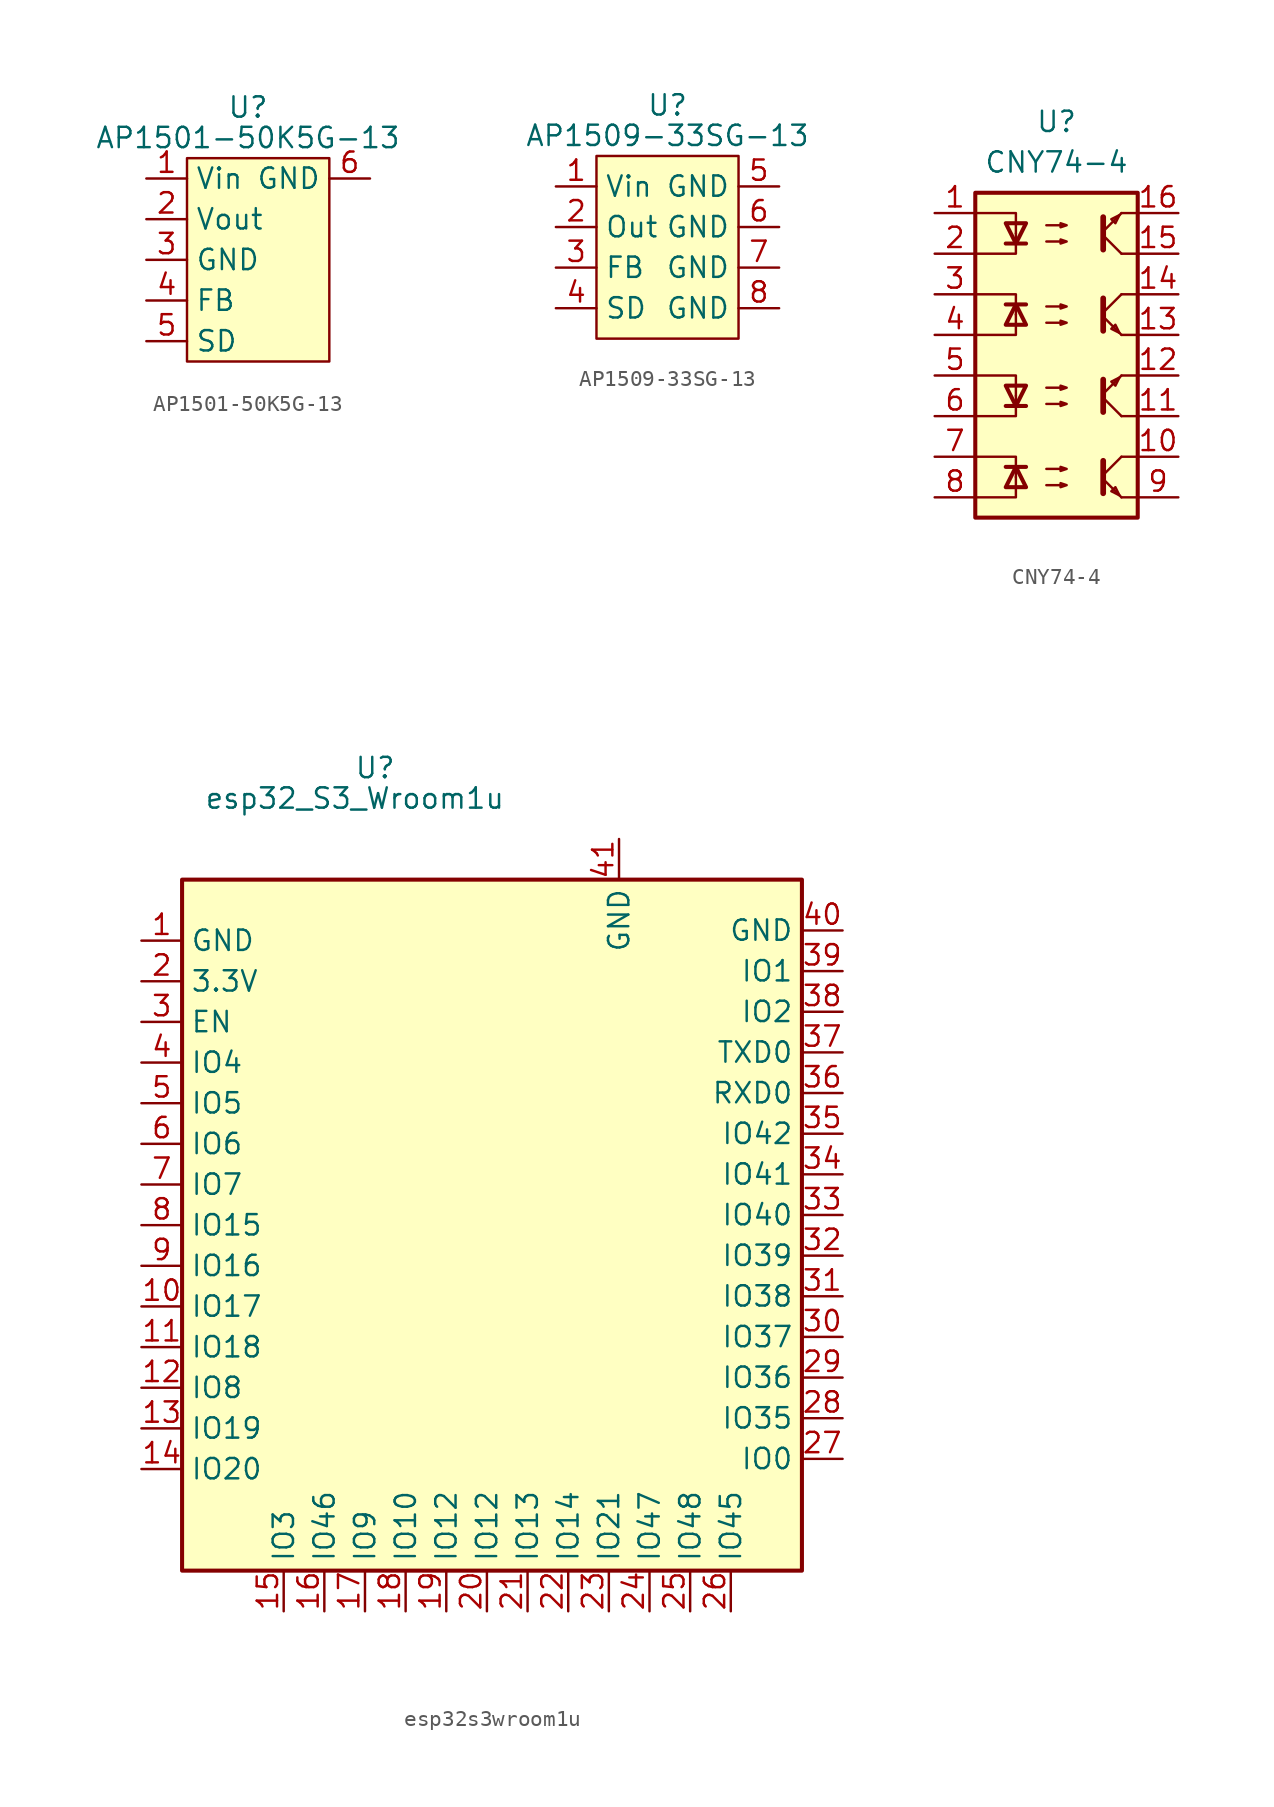
<source format=kicad_sym>
(kicad_symbol_lib
  (version 20231120)
  (generator "kicad_symbol_editor")
  (generator_version "8.0")
  (symbol "AP1501-50K5G-13"
    (property "Reference" "U"
      (at 0 5.08 0)
      (effects (font (size 1.27 1.27))))
    (property "Value" "AP1501-50K5G-13"
      (at 0 3.175 0)
      (effects (font (size 1.27 1.27))))
    (symbol "AP1501-50K5G-13_1_1"
      (rectangle (start -3.81 1.905) (end 5.08 -10.795) (stroke (width 0) (type default)) (fill (type background)))
      (pin input line (at -6.35 0.635 0) (length 2.54) (name "Vin" (effects (font (size 1.27 1.27)))) (number "1" (effects (font (size 1.27 1.27)))))
      (pin input line (at -6.35 -1.905 0) (length 2.54) (name "Vout" (effects (font (size 1.27 1.27)))) (number "2" (effects (font (size 1.27 1.27)))))
      (pin input line (at -6.35 -4.445 0) (length 2.54) (name "GND" (effects (font (size 1.27 1.27)))) (number "3" (effects (font (size 1.27 1.27)))))
      (pin input line (at -6.35 -6.985 0) (length 2.54) (name "FB" (effects (font (size 1.27 1.27)))) (number "4" (effects (font (size 1.27 1.27)))))
      (pin input line (at -6.35 -9.525 0) (length 2.54) (name "SD" (effects (font (size 1.27 1.27)))) (number "5" (effects (font (size 1.27 1.27)))))
      (pin input line (at 7.62 0.635 180) (length 2.54) (name "GND" (effects (font (size 1.27 1.27)))) (number "6" (effects (font (size 1.27 1.27)))))))
  (symbol "AP1509-33SG-13"
    (property "Reference" "U"
      (at 0 1.27 0)
      (effects (font (size 1.27 1.27))))
    (property "Value" "AP1509-33SG-13"
      (at 0 -0.635 0)
      (effects (font (size 1.27 1.27))))
    (symbol "AP1509-33SG-13_1_1"
      (rectangle (start -4.445 -1.905) (end 4.445 -13.335) (stroke (width 0) (type default)) (fill (type background)))
      (pin input line (at -6.985 -3.81 0) (length 2.54) (name "Vin" (effects (font (size 1.27 1.27)))) (number "1" (effects (font (size 1.27 1.27)))))
      (pin input line (at -6.985 -6.35 0) (length 2.54) (name "Out" (effects (font (size 1.27 1.27)))) (number "2" (effects (font (size 1.27 1.27)))))
      (pin input line (at -6.985 -8.89 0) (length 2.54) (name "FB" (effects (font (size 1.27 1.27)))) (number "3" (effects (font (size 1.27 1.27)))))
      (pin input line (at -6.985 -11.43 0) (length 2.54) (name "SD" (effects (font (size 1.27 1.27)))) (number "4" (effects (font (size 1.27 1.27)))))
      (pin input line (at 6.985 -3.81 180) (length 2.54) (name "GND" (effects (font (size 1.27 1.27)))) (number "5" (effects (font (size 1.27 1.27)))))
      (pin input line (at 6.985 -6.35 180) (length 2.54) (name "GND" (effects (font (size 1.27 1.27)))) (number "6" (effects (font (size 1.27 1.27)))))
      (pin input line (at 6.985 -8.89 180) (length 2.54) (name "GND" (effects (font (size 1.27 1.27)))) (number "7" (effects (font (size 1.27 1.27)))))
      (pin input line (at 6.985 -11.43 180) (length 2.54) (name "GND" (effects (font (size 1.27 1.27)))) (number "8" (effects (font (size 1.27 1.27)))))))
  (symbol "CNY74-4"
    (property "Reference" "U"
      (at 0 13.335 0)
      (effects (font (size 1.27 1.27))))
    (property "Value" "CNY74-4"
      (at 0 10.795 0)
      (effects (font (size 1.27 1.27))))
    (symbol "CNY74-4_0_1"
      (rectangle (start -5.08 8.89) (end 5.08 -11.43) (stroke (width 0.254) (type default)) (fill (type background)))
      (polyline (pts (xy -3.175 -8.255) (xy -1.905 -8.255)) (stroke (width 0.254) (type default)) (fill (type none)))
      (polyline (pts (xy -3.175 -4.445) (xy -1.905 -4.445)) (stroke (width 0.254) (type default)) (fill (type none)))
      (polyline (pts (xy -3.175 1.905) (xy -1.905 1.905)) (stroke (width 0.254) (type default)) (fill (type none)))
      (polyline (pts (xy -3.175 5.715) (xy -1.905 5.715)) (stroke (width 0.254) (type default)) (fill (type none)))
      (polyline (pts (xy 2.921 -9.017) (xy 4.064 -10.16)) (stroke (width 0) (type default)) (fill (type none)))
      (polyline (pts (xy 2.921 -8.763) (xy 4.064 -7.62)) (stroke (width 0) (type default)) (fill (type none)))
      (polyline (pts (xy 2.921 -3.937) (xy 4.064 -5.08)) (stroke (width 0) (type default)) (fill (type none)))
      (polyline (pts (xy 2.921 -3.683) (xy 4.064 -2.54)) (stroke (width 0) (type default)) (fill (type none)))
      (polyline (pts (xy 2.921 1.143) (xy 4.064 0)) (stroke (width 0) (type default)) (fill (type none)))
      (polyline (pts (xy 2.921 1.397) (xy 4.064 2.54)) (stroke (width 0) (type default)) (fill (type none)))
      (polyline (pts (xy 2.921 6.223) (xy 4.064 5.08)) (stroke (width 0) (type default)) (fill (type none)))
      (polyline (pts (xy 2.921 6.477) (xy 4.064 7.62)) (stroke (width 0) (type default)) (fill (type none)))
      (polyline (pts (xy 4.064 -10.16) (xy 5.08 -10.16)) (stroke (width 0) (type default)) (fill (type none)))
      (polyline (pts (xy 4.064 -5.08) (xy 5.08 -5.08)) (stroke (width 0) (type default)) (fill (type none)))
      (polyline (pts (xy 4.064 0) (xy 5.08 0)) (stroke (width 0) (type default)) (fill (type none)))
      (polyline (pts (xy 4.064 5.08) (xy 5.08 5.08)) (stroke (width 0) (type default)) (fill (type none)))
      (polyline (pts (xy 5.08 -7.62) (xy 4.064 -7.62)) (stroke (width 0) (type default)) (fill (type none)))
      (polyline (pts (xy 5.08 -2.54) (xy 4.064 -2.54)) (stroke (width 0) (type default)) (fill (type none)))
      (polyline (pts (xy 5.08 2.54) (xy 4.064 2.54)) (stroke (width 0) (type default)) (fill (type none)))
      (polyline (pts (xy 5.08 7.62) (xy 4.064 7.62)) (stroke (width 0) (type default)) (fill (type none)))
      (polyline (pts (xy 2.921 -7.874) (xy 2.921 -9.906) (xy 2.921 -9.906)) (stroke (width 0.356) (type default)) (fill (type none)))
      (polyline (pts (xy 2.921 -4.826) (xy 2.921 -2.794) (xy 2.921 -2.794)) (stroke (width 0.356) (type default)) (fill (type none)))
      (polyline (pts (xy 2.921 2.286) (xy 2.921 0.254) (xy 2.921 0.254)) (stroke (width 0.356) (type default)) (fill (type none)))
      (polyline (pts (xy 2.921 5.334) (xy 2.921 7.366) (xy 2.921 7.366)) (stroke (width 0.356) (type default)) (fill (type none)))
      (polyline (pts (xy -2.54 -8.255) (xy -3.175 -9.525) (xy -1.905 -9.525) (xy -2.54 -8.255)) (stroke (width 0.254) (type default)) (fill (type none)))
      (polyline (pts (xy -2.54 -4.445) (xy -3.175 -3.175) (xy -1.905 -3.175) (xy -2.54 -4.445)) (stroke (width 0.254) (type default)) (fill (type none)))
      (polyline (pts (xy -2.54 1.905) (xy -3.175 0.635) (xy -1.905 0.635) (xy -2.54 1.905)) (stroke (width 0.254) (type default)) (fill (type none)))
      (polyline (pts (xy -2.54 5.715) (xy -3.175 6.985) (xy -1.905 6.985) (xy -2.54 5.715)) (stroke (width 0.254) (type default)) (fill (type none)))
      (polyline (pts (xy 3.937 -10.033) (xy 3.683 -9.525) (xy 3.429 -9.779) (xy 3.937 -10.033)) (stroke (width 0) (type default)) (fill (type none)))
      (polyline (pts (xy 3.937 -2.667) (xy 3.683 -3.175) (xy 3.429 -2.921) (xy 3.937 -2.667)) (stroke (width 0) (type default)) (fill (type none)))
      (polyline (pts (xy 3.937 0.127) (xy 3.683 0.635) (xy 3.429 0.381) (xy 3.937 0.127)) (stroke (width 0) (type default)) (fill (type none)))
      (polyline (pts (xy 3.937 7.493) (xy 3.683 6.985) (xy 3.429 7.239) (xy 3.937 7.493)) (stroke (width 0) (type default)) (fill (type none)))
      (polyline (pts (xy -0.635 -9.398) (xy 0.635 -9.398) (xy 0.254 -9.525) (xy 0.254 -9.271) (xy 0.635 -9.398)) (stroke (width 0) (type default)) (fill (type none)))
      (polyline (pts (xy -0.635 -8.382) (xy 0.635 -8.382) (xy 0.254 -8.509) (xy 0.254 -8.255) (xy 0.635 -8.382)) (stroke (width 0) (type default)) (fill (type none)))
      (polyline (pts (xy -0.635 -4.318) (xy 0.635 -4.318) (xy 0.254 -4.445) (xy 0.254 -4.191) (xy 0.635 -4.318)) (stroke (width 0) (type default)) (fill (type none)))
      (polyline (pts (xy -0.635 -3.302) (xy 0.635 -3.302) (xy 0.254 -3.429) (xy 0.254 -3.175) (xy 0.635 -3.302)) (stroke (width 0) (type default)) (fill (type none)))
      (polyline (pts (xy -0.635 0.762) (xy 0.635 0.762) (xy 0.254 0.635) (xy 0.254 0.889) (xy 0.635 0.762)) (stroke (width 0) (type default)) (fill (type none)))
      (polyline (pts (xy -0.635 1.778) (xy 0.635 1.778) (xy 0.254 1.651) (xy 0.254 1.905) (xy 0.635 1.778)) (stroke (width 0) (type default)) (fill (type none)))
      (polyline (pts (xy -0.635 5.842) (xy 0.635 5.842) (xy 0.254 5.715) (xy 0.254 5.969) (xy 0.635 5.842)) (stroke (width 0) (type default)) (fill (type none)))
      (polyline (pts (xy -0.635 6.858) (xy 0.635 6.858) (xy 0.254 6.731) (xy 0.254 6.985) (xy 0.635 6.858)) (stroke (width 0) (type default)) (fill (type none))))
    (symbol "CNY74-4_1_1"
      (polyline (pts (xy -2.54 -8.89) (xy -2.54 -10.16) (xy -5.08 -10.16)) (stroke (width 0) (type default)) (fill (type none)))
      (polyline (pts (xy -2.54 -8.89) (xy -2.54 -7.62) (xy -5.08 -7.62)) (stroke (width 0) (type default)) (fill (type none)))
      (polyline (pts (xy -2.54 -3.81) (xy -2.54 -5.08) (xy -5.08 -5.08)) (stroke (width 0) (type default)) (fill (type none)))
      (polyline (pts (xy -2.54 -3.81) (xy -2.54 -2.54) (xy -5.08 -2.54)) (stroke (width 0) (type default)) (fill (type none)))
      (polyline (pts (xy -2.54 1.27) (xy -2.54 0) (xy -5.08 0)) (stroke (width 0) (type default)) (fill (type none)))
      (polyline (pts (xy -2.54 1.27) (xy -2.54 2.54) (xy -5.08 2.54)) (stroke (width 0) (type default)) (fill (type none)))
      (polyline (pts (xy -2.54 6.35) (xy -2.54 5.08) (xy -5.08 5.08)) (stroke (width 0) (type default)) (fill (type none)))
      (polyline (pts (xy -2.54 6.35) (xy -2.54 7.62) (xy -5.08 7.62)) (stroke (width 0) (type default)) (fill (type none)))
      (pin passive line (at -7.62 7.62 0) (length 2.54) (name "~" (effects (font (size 1.27 1.27)))) (number "1" (effects (font (size 1.27 1.27)))))
      (pin passive line (at 7.62 -7.62 180) (length 2.54) (name "~" (effects (font (size 1.27 1.27)))) (number "10" (effects (font (size 1.27 1.27)))))
      (pin passive line (at 7.62 -5.08 180) (length 2.54) (name "~" (effects (font (size 1.27 1.27)))) (number "11" (effects (font (size 1.27 1.27)))))
      (pin passive line (at 7.62 -2.54 180) (length 2.54) (name "~" (effects (font (size 1.27 1.27)))) (number "12" (effects (font (size 1.27 1.27)))))
      (pin passive line (at 7.62 0 180) (length 2.54) (name "~" (effects (font (size 1.27 1.27)))) (number "13" (effects (font (size 1.27 1.27)))))
      (pin passive line (at 7.62 2.54 180) (length 2.54) (name "~" (effects (font (size 1.27 1.27)))) (number "14" (effects (font (size 1.27 1.27)))))
      (pin passive line (at 7.62 5.08 180) (length 2.54) (name "~" (effects (font (size 1.27 1.27)))) (number "15" (effects (font (size 1.27 1.27)))))
      (pin passive line (at 7.62 7.62 180) (length 2.54) (name "~" (effects (font (size 1.27 1.27)))) (number "16" (effects (font (size 1.27 1.27)))))
      (pin passive line (at -7.62 5.08 0) (length 2.54) (name "~" (effects (font (size 1.27 1.27)))) (number "2" (effects (font (size 1.27 1.27)))))
      (pin passive line (at -7.62 2.54 0) (length 2.54) (name "~" (effects (font (size 1.27 1.27)))) (number "3" (effects (font (size 1.27 1.27)))))
      (pin passive line (at -7.62 0 0) (length 2.54) (name "~" (effects (font (size 1.27 1.27)))) (number "4" (effects (font (size 1.27 1.27)))))
      (pin passive line (at -7.62 -2.54 0) (length 2.54) (name "~" (effects (font (size 1.27 1.27)))) (number "5" (effects (font (size 1.27 1.27)))))
      (pin passive line (at -7.62 -5.08 0) (length 2.54) (name "~" (effects (font (size 1.27 1.27)))) (number "6" (effects (font (size 1.27 1.27)))))
      (pin passive line (at -7.62 -7.62 0) (length 2.54) (name "~" (effects (font (size 1.27 1.27)))) (number "7" (effects (font (size 1.27 1.27)))))
      (pin passive line (at -7.62 -10.16 0) (length 2.54) (name "~" (effects (font (size 1.27 1.27)))) (number "8" (effects (font (size 1.27 1.27)))))
      (pin passive line (at 7.62 -10.16 180) (length 2.54) (name "~" (effects (font (size 1.27 1.27)))) (number "9" (effects (font (size 1.27 1.27)))))))
  (symbol "esp32s3wroom1u"
    (property "Reference" "U"
      (at -9.525 34.925 0)
      (effects (font (size 1.27 1.27))))
    (property "Value" "esp32_S3_Wroom1u"
      (at -10.795 33.02 0)
      (effects (font (size 1.27 1.27))))
    (symbol "esp32s3wroom1u_0_1"
      (rectangle (start -21.59 27.94) (end 17.145 -15.24) (stroke (width 0.254) (type default)) (fill (type background))))
    (symbol "esp32s3wroom1u_1_1"
      (pin input line (at -24.13 24.13 0) (length 2.54) (name "GND" (effects (font (size 1.27 1.27)))) (number "1" (effects (font (size 1.27 1.27)))))
      (pin input line (at -24.13 1.27 0) (length 2.54) (name "IO17" (effects (font (size 1.27 1.27)))) (number "10" (effects (font (size 1.27 1.27)))))
      (pin input line (at -24.13 -1.27 0) (length 2.54) (name "IO18" (effects (font (size 1.27 1.27)))) (number "11" (effects (font (size 1.27 1.27)))))
      (pin input line (at -24.13 -3.81 0) (length 2.54) (name "IO8" (effects (font (size 1.27 1.27)))) (number "12" (effects (font (size 1.27 1.27)))))
      (pin input line (at -24.13 -6.35 0) (length 2.54) (name "IO19" (effects (font (size 1.27 1.27)))) (number "13" (effects (font (size 1.27 1.27)))))
      (pin input line (at -24.13 -8.89 0) (length 2.54) (name "IO20" (effects (font (size 1.27 1.27)))) (number "14" (effects (font (size 1.27 1.27)))))
      (pin input line (at -15.24 -17.78 90) (length 2.54) (name "IO3" (effects (font (size 1.27 1.27)))) (number "15" (effects (font (size 1.27 1.27)))))
      (pin input line (at -12.7 -17.78 90) (length 2.54) (name "IO46" (effects (font (size 1.27 1.27)))) (number "16" (effects (font (size 1.27 1.27)))))
      (pin input line (at -10.16 -17.78 90) (length 2.54) (name "IO9" (effects (font (size 1.27 1.27)))) (number "17" (effects (font (size 1.27 1.27)))))
      (pin input line (at -7.62 -17.78 90) (length 2.54) (name "IO10" (effects (font (size 1.27 1.27)))) (number "18" (effects (font (size 1.27 1.27)))))
      (pin input line (at -5.08 -17.78 90) (length 2.54) (name "IO12" (effects (font (size 1.27 1.27)))) (number "19" (effects (font (size 1.27 1.27)))))
      (pin input line (at -24.13 21.59 0) (length 2.54) (name "3.3V" (effects (font (size 1.27 1.27)))) (number "2" (effects (font (size 1.27 1.27)))))
      (pin input line (at -2.54 -17.78 90) (length 2.54) (name "IO12" (effects (font (size 1.27 1.27)))) (number "20" (effects (font (size 1.27 1.27)))))
      (pin input line (at 0 -17.78 90) (length 2.54) (name "IO13" (effects (font (size 1.27 1.27)))) (number "21" (effects (font (size 1.27 1.27)))))
      (pin input line (at 2.54 -17.78 90) (length 2.54) (name "IO14" (effects (font (size 1.27 1.27)))) (number "22" (effects (font (size 1.27 1.27)))))
      (pin input line (at 5.08 -17.78 90) (length 2.54) (name "IO21" (effects (font (size 1.27 1.27)))) (number "23" (effects (font (size 1.27 1.27)))))
      (pin input line (at 7.62 -17.78 90) (length 2.54) (name "IO47" (effects (font (size 1.27 1.27)))) (number "24" (effects (font (size 1.27 1.27)))))
      (pin input line (at 10.16 -17.78 90) (length 2.54) (name "IO48" (effects (font (size 1.27 1.27)))) (number "25" (effects (font (size 1.27 1.27)))))
      (pin input line (at 12.7 -17.78 90) (length 2.54) (name "IO45" (effects (font (size 1.27 1.27)))) (number "26" (effects (font (size 1.27 1.27)))))
      (pin input line (at 19.685 -8.255 180) (length 2.54) (name "IO0" (effects (font (size 1.27 1.27)))) (number "27" (effects (font (size 1.27 1.27)))))
      (pin input line (at 19.685 -5.715 180) (length 2.54) (name "IO35" (effects (font (size 1.27 1.27)))) (number "28" (effects (font (size 1.27 1.27)))))
      (pin input line (at 19.685 -3.175 180) (length 2.54) (name "IO36" (effects (font (size 1.27 1.27)))) (number "29" (effects (font (size 1.27 1.27)))))
      (pin input line (at -24.13 19.05 0) (length 2.54) (name "EN" (effects (font (size 1.27 1.27)))) (number "3" (effects (font (size 1.27 1.27)))))
      (pin input line (at 19.685 -0.635 180) (length 2.54) (name "IO37" (effects (font (size 1.27 1.27)))) (number "30" (effects (font (size 1.27 1.27)))))
      (pin input line (at 19.685 1.905 180) (length 2.54) (name "IO38" (effects (font (size 1.27 1.27)))) (number "31" (effects (font (size 1.27 1.27)))))
      (pin input line (at 19.685 4.445 180) (length 2.54) (name "IO39" (effects (font (size 1.27 1.27)))) (number "32" (effects (font (size 1.27 1.27)))))
      (pin input line (at 19.685 6.985 180) (length 2.54) (name "IO40" (effects (font (size 1.27 1.27)))) (number "33" (effects (font (size 1.27 1.27)))))
      (pin input line (at 19.685 9.525 180) (length 2.54) (name "IO41" (effects (font (size 1.27 1.27)))) (number "34" (effects (font (size 1.27 1.27)))))
      (pin input line (at 19.685 12.065 180) (length 2.54) (name "IO42" (effects (font (size 1.27 1.27)))) (number "35" (effects (font (size 1.27 1.27)))))
      (pin input line (at 19.685 14.605 180) (length 2.54) (name "RXD0" (effects (font (size 1.27 1.27)))) (number "36" (effects (font (size 1.27 1.27)))))
      (pin input line (at 19.685 17.145 180) (length 2.54) (name "TXD0" (effects (font (size 1.27 1.27)))) (number "37" (effects (font (size 1.27 1.27)))))
      (pin input line (at 19.685 19.685 180) (length 2.54) (name "IO2" (effects (font (size 1.27 1.27)))) (number "38" (effects (font (size 1.27 1.27)))))
      (pin input line (at 19.685 22.225 180) (length 2.54) (name "IO1" (effects (font (size 1.27 1.27)))) (number "39" (effects (font (size 1.27 1.27)))))
      (pin input line (at -24.13 16.51 0) (length 2.54) (name "IO4" (effects (font (size 1.27 1.27)))) (number "4" (effects (font (size 1.27 1.27)))))
      (pin input line (at 19.685 24.765 180) (length 2.54) (name "GND" (effects (font (size 1.27 1.27)))) (number "40" (effects (font (size 1.27 1.27)))))
      (pin input line (at 5.715 30.48 270) (length 2.54) (name "GND" (effects (font (size 1.27 1.27)))) (number "41" (effects (font (size 1.27 1.27)))))
      (pin input line (at -24.13 13.97 0) (length 2.54) (name "IO5" (effects (font (size 1.27 1.27)))) (number "5" (effects (font (size 1.27 1.27)))))
      (pin input line (at -24.13 11.43 0) (length 2.54) (name "IO6" (effects (font (size 1.27 1.27)))) (number "6" (effects (font (size 1.27 1.27)))))
      (pin input line (at -24.13 8.89 0) (length 2.54) (name "IO7" (effects (font (size 1.27 1.27)))) (number "7" (effects (font (size 1.27 1.27)))))
      (pin input line (at -24.13 6.35 0) (length 2.54) (name "IO15" (effects (font (size 1.27 1.27)))) (number "8" (effects (font (size 1.27 1.27)))))
      (pin input line (at -24.13 3.81 0) (length 2.54) (name "IO16" (effects (font (size 1.27 1.27)))) (number "9" (effects (font (size 1.27 1.27))))))))
</source>
